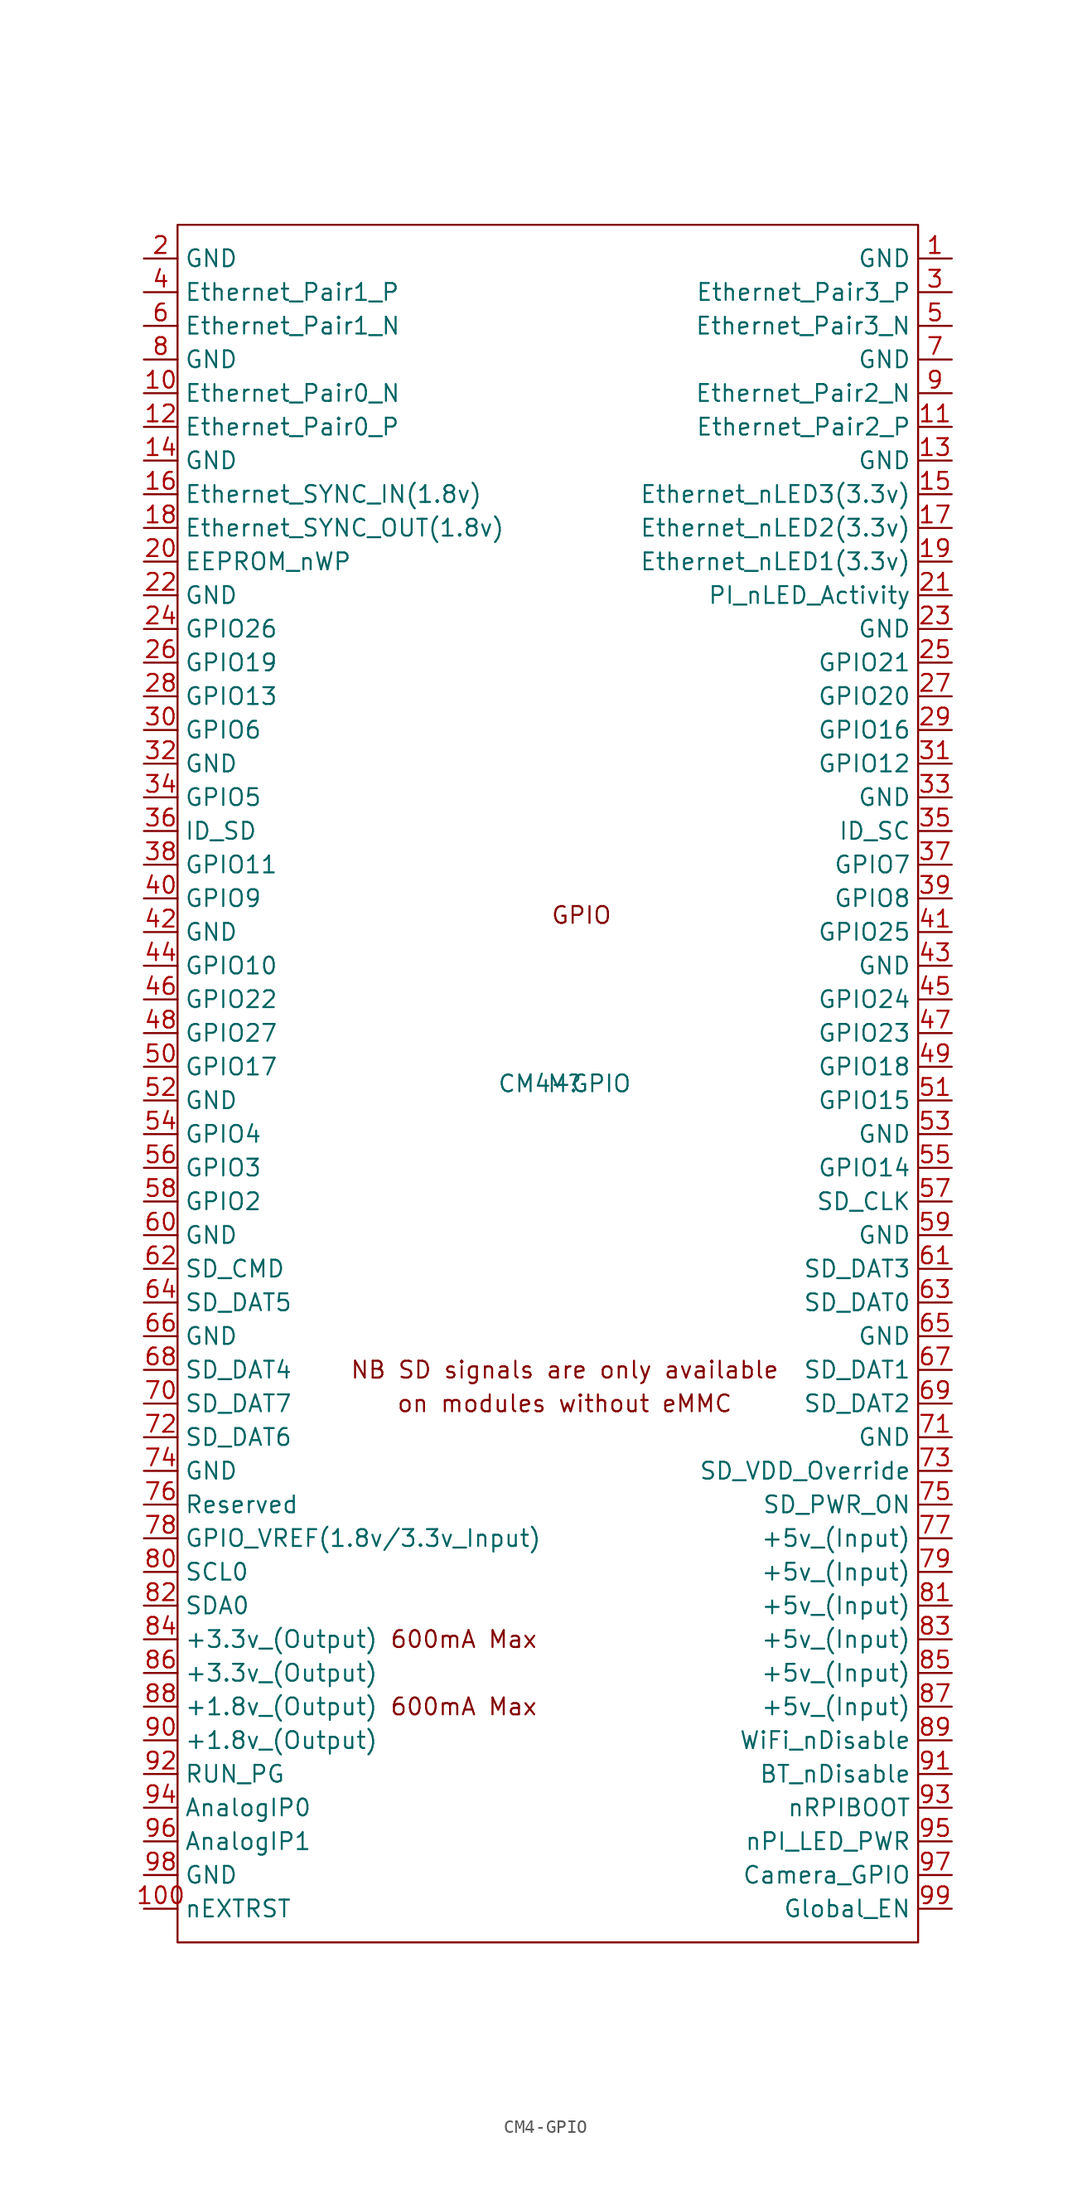
<source format=kicad_sym>
(kicad_symbol_lib
  (version 20241209)
  (generator "kicad_symbol_editor")
  (generator_version "9.0")
  (symbol "CM4-GPIO"
    (property "Reference" "M"
      (at 0 0 0)
      (effects (font (size 1.27 1.27))))
    (property "Value" "CM4-GPIO"
      (at 0 0 0)
      (effects (font (size 1.27 1.27))))
    (symbol "CM4-GPIO_1_0"
      (text "GPIO" (at 1.27 12.7 0) (effects (font (size 1.27 1.27)))))
    (symbol "CM4-GPIO_1_1"
      (rectangle (start -29.21 64.77) (end 26.67 -64.77) (stroke (width 0) (type default)) (fill (type none)))
      (text "600mA Max" (at -7.62 -41.91 0) (effects (font (size 1.27 1.27))))
      (text "600mA Max" (at -7.62 -46.99 0) (effects (font (size 1.27 1.27))))
      (text "NB SD signals are only available" (at 0 -21.59 0) (effects (font (size 1.27 1.27))))
      (text "on modules without eMMC" (at 0 -24.13 0) (effects (font (size 1.27 1.27))))
      (pin power_in line (at -31.75 62.23 0) (length 2.54) (name "GND" (effects (font (size 1.27 1.27)))) (number "2" (effects (font (size 1.27 1.27)))))
      (pin passive line (at -31.75 59.69 0) (length 2.54) (name "Ethernet_Pair1_P" (effects (font (size 1.27 1.27)))) (number "4" (effects (font (size 1.27 1.27)))))
      (pin passive line (at -31.75 57.15 0) (length 2.54) (name "Ethernet_Pair1_N" (effects (font (size 1.27 1.27)))) (number "6" (effects (font (size 1.27 1.27)))))
      (pin power_in line (at -31.75 54.61 0) (length 2.54) (name "GND" (effects (font (size 1.27 1.27)))) (number "8" (effects (font (size 1.27 1.27)))))
      (pin passive line (at -31.75 52.07 0) (length 2.54) (name "Ethernet_Pair0_N" (effects (font (size 1.27 1.27)))) (number "10" (effects (font (size 1.27 1.27)))))
      (pin passive line (at -31.75 49.53 0) (length 2.54) (name "Ethernet_Pair0_P" (effects (font (size 1.27 1.27)))) (number "12" (effects (font (size 1.27 1.27)))))
      (pin power_in line (at -31.75 46.99 0) (length 2.54) (name "GND" (effects (font (size 1.27 1.27)))) (number "14" (effects (font (size 1.27 1.27)))))
      (pin input line (at -31.75 44.45 0) (length 2.54) (name "Ethernet_SYNC_IN(1.8v)" (effects (font (size 1.27 1.27)))) (number "16" (effects (font (size 1.27 1.27)))))
      (pin input line (at -31.75 41.91 0) (length 2.54) (name "Ethernet_SYNC_OUT(1.8v)" (effects (font (size 1.27 1.27)))) (number "18" (effects (font (size 1.27 1.27)))))
      (pin passive line (at -31.75 39.37 0) (length 2.54) (name "EEPROM_nWP" (effects (font (size 1.27 1.27)))) (number "20" (effects (font (size 1.27 1.27)))))
      (pin power_in line (at -31.75 36.83 0) (length 2.54) (name "GND" (effects (font (size 1.27 1.27)))) (number "22" (effects (font (size 1.27 1.27)))))
      (pin passive line (at -31.75 34.29 0) (length 2.54) (name "GPIO26" (effects (font (size 1.27 1.27)))) (number "24" (effects (font (size 1.27 1.27)))))
      (pin passive line (at -31.75 31.75 0) (length 2.54) (name "GPIO19" (effects (font (size 1.27 1.27)))) (number "26" (effects (font (size 1.27 1.27)))))
      (pin passive line (at -31.75 29.21 0) (length 2.54) (name "GPIO13" (effects (font (size 1.27 1.27)))) (number "28" (effects (font (size 1.27 1.27)))))
      (pin passive line (at -31.75 26.67 0) (length 2.54) (name "GPIO6" (effects (font (size 1.27 1.27)))) (number "30" (effects (font (size 1.27 1.27)))))
      (pin power_in line (at -31.75 24.13 0) (length 2.54) (name "GND" (effects (font (size 1.27 1.27)))) (number "32" (effects (font (size 1.27 1.27)))))
      (pin passive line (at -31.75 21.59 0) (length 2.54) (name "GPIO5" (effects (font (size 1.27 1.27)))) (number "34" (effects (font (size 1.27 1.27)))))
      (pin passive line (at -31.75 19.05 0) (length 2.54) (name "ID_SD" (effects (font (size 1.27 1.27)))) (number "36" (effects (font (size 1.27 1.27)))))
      (pin passive line (at -31.75 16.51 0) (length 2.54) (name "GPIO11" (effects (font (size 1.27 1.27)))) (number "38" (effects (font (size 1.27 1.27)))))
      (pin passive line (at -31.75 13.97 0) (length 2.54) (name "GPIO9" (effects (font (size 1.27 1.27)))) (number "40" (effects (font (size 1.27 1.27)))))
      (pin power_in line (at -31.75 11.43 0) (length 2.54) (name "GND" (effects (font (size 1.27 1.27)))) (number "42" (effects (font (size 1.27 1.27)))))
      (pin passive line (at -31.75 8.89 0) (length 2.54) (name "GPIO10" (effects (font (size 1.27 1.27)))) (number "44" (effects (font (size 1.27 1.27)))))
      (pin passive line (at -31.75 6.35 0) (length 2.54) (name "GPIO22" (effects (font (size 1.27 1.27)))) (number "46" (effects (font (size 1.27 1.27)))))
      (pin passive line (at -31.75 3.81 0) (length 2.54) (name "GPIO27" (effects (font (size 1.27 1.27)))) (number "48" (effects (font (size 1.27 1.27)))))
      (pin passive line (at -31.75 1.27 0) (length 2.54) (name "GPIO17" (effects (font (size 1.27 1.27)))) (number "50" (effects (font (size 1.27 1.27)))))
      (pin power_in line (at -31.75 -1.27 0) (length 2.54) (name "GND" (effects (font (size 1.27 1.27)))) (number "52" (effects (font (size 1.27 1.27)))))
      (pin passive line (at -31.75 -3.81 0) (length 2.54) (name "GPIO4" (effects (font (size 1.27 1.27)))) (number "54" (effects (font (size 1.27 1.27)))))
      (pin passive line (at -31.75 -6.35 0) (length 2.54) (name "GPIO3" (effects (font (size 1.27 1.27)))) (number "56" (effects (font (size 1.27 1.27)))))
      (pin passive line (at -31.75 -8.89 0) (length 2.54) (name "GPIO2" (effects (font (size 1.27 1.27)))) (number "58" (effects (font (size 1.27 1.27)))))
      (pin power_in line (at -31.75 -11.43 0) (length 2.54) (name "GND" (effects (font (size 1.27 1.27)))) (number "60" (effects (font (size 1.27 1.27)))))
      (pin passive line (at -31.75 -13.97 0) (length 2.54) (name "SD_CMD" (effects (font (size 1.27 1.27)))) (number "62" (effects (font (size 1.27 1.27)))))
      (pin passive line (at -31.75 -16.51 0) (length 2.54) (name "SD_DAT5" (effects (font (size 1.27 1.27)))) (number "64" (effects (font (size 1.27 1.27)))))
      (pin power_in line (at -31.75 -19.05 0) (length 2.54) (name "GND" (effects (font (size 1.27 1.27)))) (number "66" (effects (font (size 1.27 1.27)))))
      (pin passive line (at -31.75 -21.59 0) (length 2.54) (name "SD_DAT4" (effects (font (size 1.27 1.27)))) (number "68" (effects (font (size 1.27 1.27)))))
      (pin passive line (at -31.75 -24.13 0) (length 2.54) (name "SD_DAT7" (effects (font (size 1.27 1.27)))) (number "70" (effects (font (size 1.27 1.27)))))
      (pin passive line (at -31.75 -26.67 0) (length 2.54) (name "SD_DAT6" (effects (font (size 1.27 1.27)))) (number "72" (effects (font (size 1.27 1.27)))))
      (pin power_in line (at -31.75 -29.21 0) (length 2.54) (name "GND" (effects (font (size 1.27 1.27)))) (number "74" (effects (font (size 1.27 1.27)))))
      (pin passive line (at -31.75 -31.75 0) (length 2.54) (name "Reserved" (effects (font (size 1.27 1.27)))) (number "76" (effects (font (size 1.27 1.27)))))
      (pin power_in line (at -31.75 -34.29 0) (length 2.54) (name "GPIO_VREF(1.8v/3.3v_Input)" (effects (font (size 1.27 1.27)))) (number "78" (effects (font (size 1.27 1.27)))))
      (pin passive line (at -31.75 -36.83 0) (length 2.54) (name "SCL0" (effects (font (size 1.27 1.27)))) (number "80" (effects (font (size 1.27 1.27)))))
      (pin passive line (at -31.75 -39.37 0) (length 2.54) (name "SDA0" (effects (font (size 1.27 1.27)))) (number "82" (effects (font (size 1.27 1.27)))))
      (pin power_out line (at -31.75 -41.91 0) (length 2.54) (name "+3.3v_(Output)" (effects (font (size 1.27 1.27)))) (number "84" (effects (font (size 1.27 1.27)))))
      (pin power_out line (at -31.75 -44.45 0) (length 2.54) (name "+3.3v_(Output)" (effects (font (size 1.27 1.27)))) (number "86" (effects (font (size 1.27 1.27)))))
      (pin power_out line (at -31.75 -46.99 0) (length 2.54) (name "+1.8v_(Output)" (effects (font (size 1.27 1.27)))) (number "88" (effects (font (size 1.27 1.27)))))
      (pin power_out line (at -31.75 -49.53 0) (length 2.54) (name "+1.8v_(Output)" (effects (font (size 1.27 1.27)))) (number "90" (effects (font (size 1.27 1.27)))))
      (pin passive line (at -31.75 -52.07 0) (length 2.54) (name "RUN_PG" (effects (font (size 1.27 1.27)))) (number "92" (effects (font (size 1.27 1.27)))))
      (pin passive line (at -31.75 -54.61 0) (length 2.54) (name "AnalogIP0" (effects (font (size 1.27 1.27)))) (number "94" (effects (font (size 1.27 1.27)))))
      (pin passive line (at -31.75 -57.15 0) (length 2.54) (name "AnalogIP1" (effects (font (size 1.27 1.27)))) (number "96" (effects (font (size 1.27 1.27)))))
      (pin power_in line (at -31.75 -59.69 0) (length 2.54) (name "GND" (effects (font (size 1.27 1.27)))) (number "98" (effects (font (size 1.27 1.27)))))
      (pin output line (at -31.75 -62.23 0) (length 2.54) (name "nEXTRST" (effects (font (size 1.27 1.27)))) (number "100" (effects (font (size 1.27 1.27)))))
      (pin power_in line (at 29.21 62.23 180) (length 2.54) (name "GND" (effects (font (size 1.27 1.27)))) (number "1" (effects (font (size 1.27 1.27)))))
      (pin passive line (at 29.21 59.69 180) (length 2.54) (name "Ethernet_Pair3_P" (effects (font (size 1.27 1.27)))) (number "3" (effects (font (size 1.27 1.27)))))
      (pin passive line (at 29.21 57.15 180) (length 2.54) (name "Ethernet_Pair3_N" (effects (font (size 1.27 1.27)))) (number "5" (effects (font (size 1.27 1.27)))))
      (pin power_in line (at 29.21 54.61 180) (length 2.54) (name "GND" (effects (font (size 1.27 1.27)))) (number "7" (effects (font (size 1.27 1.27)))))
      (pin passive line (at 29.21 52.07 180) (length 2.54) (name "Ethernet_Pair2_N" (effects (font (size 1.27 1.27)))) (number "9" (effects (font (size 1.27 1.27)))))
      (pin passive line (at 29.21 49.53 180) (length 2.54) (name "Ethernet_Pair2_P" (effects (font (size 1.27 1.27)))) (number "11" (effects (font (size 1.27 1.27)))))
      (pin power_in line (at 29.21 46.99 180) (length 2.54) (name "GND" (effects (font (size 1.27 1.27)))) (number "13" (effects (font (size 1.27 1.27)))))
      (pin output line (at 29.21 44.45 180) (length 2.54) (name "Ethernet_nLED3(3.3v)" (effects (font (size 1.27 1.27)))) (number "15" (effects (font (size 1.27 1.27)))))
      (pin output line (at 29.21 41.91 180) (length 2.54) (name "Ethernet_nLED2(3.3v)" (effects (font (size 1.27 1.27)))) (number "17" (effects (font (size 1.27 1.27)))))
      (pin output line (at 29.21 39.37 180) (length 2.54) (name "Ethernet_nLED1(3.3v)" (effects (font (size 1.27 1.27)))) (number "19" (effects (font (size 1.27 1.27)))))
      (pin open_collector line (at 29.21 36.83 180) (length 2.54) (name "PI_nLED_Activity" (effects (font (size 1.27 1.27)))) (number "21" (effects (font (size 1.27 1.27)))))
      (pin power_in line (at 29.21 34.29 180) (length 2.54) (name "GND" (effects (font (size 1.27 1.27)))) (number "23" (effects (font (size 1.27 1.27)))))
      (pin passive line (at 29.21 31.75 180) (length 2.54) (name "GPIO21" (effects (font (size 1.27 1.27)))) (number "25" (effects (font (size 1.27 1.27)))))
      (pin passive line (at 29.21 29.21 180) (length 2.54) (name "GPIO20" (effects (font (size 1.27 1.27)))) (number "27" (effects (font (size 1.27 1.27)))))
      (pin passive line (at 29.21 26.67 180) (length 2.54) (name "GPIO16" (effects (font (size 1.27 1.27)))) (number "29" (effects (font (size 1.27 1.27)))))
      (pin passive line (at 29.21 24.13 180) (length 2.54) (name "GPIO12" (effects (font (size 1.27 1.27)))) (number "31" (effects (font (size 1.27 1.27)))))
      (pin power_in line (at 29.21 21.59 180) (length 2.54) (name "GND" (effects (font (size 1.27 1.27)))) (number "33" (effects (font (size 1.27 1.27)))))
      (pin passive line (at 29.21 19.05 180) (length 2.54) (name "ID_SC" (effects (font (size 1.27 1.27)))) (number "35" (effects (font (size 1.27 1.27)))))
      (pin passive line (at 29.21 16.51 180) (length 2.54) (name "GPIO7" (effects (font (size 1.27 1.27)))) (number "37" (effects (font (size 1.27 1.27)))))
      (pin passive line (at 29.21 13.97 180) (length 2.54) (name "GPIO8" (effects (font (size 1.27 1.27)))) (number "39" (effects (font (size 1.27 1.27)))))
      (pin passive line (at 29.21 11.43 180) (length 2.54) (name "GPIO25" (effects (font (size 1.27 1.27)))) (number "41" (effects (font (size 1.27 1.27)))))
      (pin power_in line (at 29.21 8.89 180) (length 2.54) (name "GND" (effects (font (size 1.27 1.27)))) (number "43" (effects (font (size 1.27 1.27)))))
      (pin passive line (at 29.21 6.35 180) (length 2.54) (name "GPIO24" (effects (font (size 1.27 1.27)))) (number "45" (effects (font (size 1.27 1.27)))))
      (pin passive line (at 29.21 3.81 180) (length 2.54) (name "GPIO23" (effects (font (size 1.27 1.27)))) (number "47" (effects (font (size 1.27 1.27)))))
      (pin passive line (at 29.21 1.27 180) (length 2.54) (name "GPIO18" (effects (font (size 1.27 1.27)))) (number "49" (effects (font (size 1.27 1.27)))))
      (pin passive line (at 29.21 -1.27 180) (length 2.54) (name "GPIO15" (effects (font (size 1.27 1.27)))) (number "51" (effects (font (size 1.27 1.27)))))
      (pin power_in line (at 29.21 -3.81 180) (length 2.54) (name "GND" (effects (font (size 1.27 1.27)))) (number "53" (effects (font (size 1.27 1.27)))))
      (pin passive line (at 29.21 -6.35 180) (length 2.54) (name "GPIO14" (effects (font (size 1.27 1.27)))) (number "55" (effects (font (size 1.27 1.27)))))
      (pin passive line (at 29.21 -8.89 180) (length 2.54) (name "SD_CLK" (effects (font (size 1.27 1.27)))) (number "57" (effects (font (size 1.27 1.27)))))
      (pin power_in line (at 29.21 -11.43 180) (length 2.54) (name "GND" (effects (font (size 1.27 1.27)))) (number "59" (effects (font (size 1.27 1.27)))))
      (pin passive line (at 29.21 -13.97 180) (length 2.54) (name "SD_DAT3" (effects (font (size 1.27 1.27)))) (number "61" (effects (font (size 1.27 1.27)))))
      (pin passive line (at 29.21 -16.51 180) (length 2.54) (name "SD_DAT0" (effects (font (size 1.27 1.27)))) (number "63" (effects (font (size 1.27 1.27)))))
      (pin power_in line (at 29.21 -19.05 180) (length 2.54) (name "GND" (effects (font (size 1.27 1.27)))) (number "65" (effects (font (size 1.27 1.27)))))
      (pin passive line (at 29.21 -21.59 180) (length 2.54) (name "SD_DAT1" (effects (font (size 1.27 1.27)))) (number "67" (effects (font (size 1.27 1.27)))))
      (pin passive line (at 29.21 -24.13 180) (length 2.54) (name "SD_DAT2" (effects (font (size 1.27 1.27)))) (number "69" (effects (font (size 1.27 1.27)))))
      (pin power_in line (at 29.21 -26.67 180) (length 2.54) (name "GND" (effects (font (size 1.27 1.27)))) (number "71" (effects (font (size 1.27 1.27)))))
      (pin input line (at 29.21 -29.21 180) (length 2.54) (name "SD_VDD_Override" (effects (font (size 1.27 1.27)))) (number "73" (effects (font (size 1.27 1.27)))))
      (pin output line (at 29.21 -31.75 180) (length 2.54) (name "SD_PWR_ON" (effects (font (size 1.27 1.27)))) (number "75" (effects (font (size 1.27 1.27)))))
      (pin power_in line (at 29.21 -34.29 180) (length 2.54) (name "+5v_(Input)" (effects (font (size 1.27 1.27)))) (number "77" (effects (font (size 1.27 1.27)))))
      (pin power_in line (at 29.21 -36.83 180) (length 2.54) (name "+5v_(Input)" (effects (font (size 1.27 1.27)))) (number "79" (effects (font (size 1.27 1.27)))))
      (pin power_in line (at 29.21 -39.37 180) (length 2.54) (name "+5v_(Input)" (effects (font (size 1.27 1.27)))) (number "81" (effects (font (size 1.27 1.27)))))
      (pin power_in line (at 29.21 -41.91 180) (length 2.54) (name "+5v_(Input)" (effects (font (size 1.27 1.27)))) (number "83" (effects (font (size 1.27 1.27)))))
      (pin power_in line (at 29.21 -44.45 180) (length 2.54) (name "+5v_(Input)" (effects (font (size 1.27 1.27)))) (number "85" (effects (font (size 1.27 1.27)))))
      (pin power_in line (at 29.21 -46.99 180) (length 2.54) (name "+5v_(Input)" (effects (font (size 1.27 1.27)))) (number "87" (effects (font (size 1.27 1.27)))))
      (pin power_in line (at 29.21 -49.53 180) (length 2.54) (name "WiFi_nDisable" (effects (font (size 1.27 1.27)))) (number "89" (effects (font (size 1.27 1.27)))))
      (pin power_in line (at 29.21 -52.07 180) (length 2.54) (name "BT_nDisable" (effects (font (size 1.27 1.27)))) (number "91" (effects (font (size 1.27 1.27)))))
      (pin input line (at 29.21 -54.61 180) (length 2.54) (name "nRPIBOOT" (effects (font (size 1.27 1.27)))) (number "93" (effects (font (size 1.27 1.27)))))
      (pin output line (at 29.21 -57.15 180) (length 2.54) (name "nPI_LED_PWR" (effects (font (size 1.27 1.27)))) (number "95" (effects (font (size 1.27 1.27)))))
      (pin passive line (at 29.21 -59.69 180) (length 2.54) (name "Camera_GPIO" (effects (font (size 1.27 1.27)))) (number "97" (effects (font (size 1.27 1.27)))))
      (pin input line (at 29.21 -62.23 180) (length 2.54) (name "Global_EN" (effects (font (size 1.27 1.27)))) (number "99" (effects (font (size 1.27 1.27))))))))
</source>
